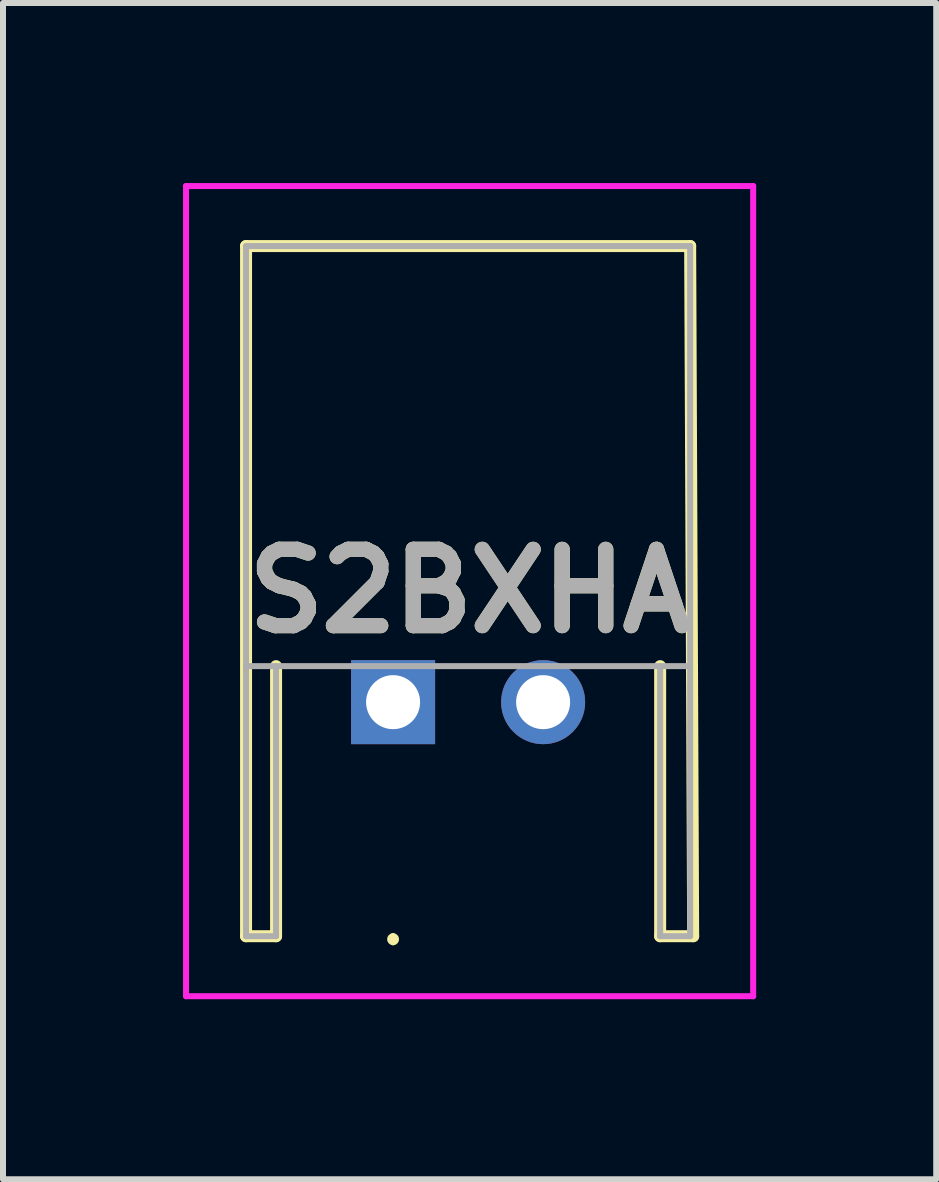
<source format=kicad_pcb>
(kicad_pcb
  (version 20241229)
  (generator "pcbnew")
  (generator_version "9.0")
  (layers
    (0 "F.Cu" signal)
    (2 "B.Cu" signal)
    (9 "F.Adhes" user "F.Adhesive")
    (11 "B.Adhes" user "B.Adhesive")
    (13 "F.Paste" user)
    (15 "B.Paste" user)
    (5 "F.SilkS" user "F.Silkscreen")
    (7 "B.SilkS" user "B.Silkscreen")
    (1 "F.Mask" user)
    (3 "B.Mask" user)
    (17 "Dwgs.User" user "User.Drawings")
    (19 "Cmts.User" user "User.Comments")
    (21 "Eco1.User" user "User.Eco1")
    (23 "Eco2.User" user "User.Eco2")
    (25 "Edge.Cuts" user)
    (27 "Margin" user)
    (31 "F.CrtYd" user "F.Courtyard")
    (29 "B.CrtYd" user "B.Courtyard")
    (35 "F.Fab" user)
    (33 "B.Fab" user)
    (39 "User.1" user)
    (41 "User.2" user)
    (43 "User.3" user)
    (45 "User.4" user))
  (footprint "S2BXHA"
    (layer "F.Cu")
    (at 3.5 8.65)
    (property "Reference" "S2BXHA" (at 1.275 -1.85 0) (layer "F.SilkS") (effects (font (size 1.27 1.27) (thickness 0.254))))
    (attr through_hole)
    (fp_line (start -2.45 -7.6) (end 4.95 -7.6) (stroke (width 0.2) (type solid)) (layer "F.SilkS"))
    (fp_line (start -2.45 3.9) (end -2.45 -7.6) (stroke (width 0.2) (type solid)) (layer "F.SilkS"))
    (fp_line (start -1.95 -0.6) (end -1.95 3.9) (stroke (width 0.2) (type solid)) (layer "F.SilkS"))
    (fp_line (start -1.95 3.9) (end -2.45 3.9) (stroke (width 0.2) (type solid)) (layer "F.SilkS"))
    (fp_line (start 0 3.9) (end 0 3.9) (stroke (width 0.1) (type solid)) (layer "F.SilkS"))
    (fp_line (start 0 4) (end 0 4) (stroke (width 0.1) (type solid)) (layer "F.SilkS"))
    (fp_line (start 4.45 3.9) (end 4.45 -0.6) (stroke (width 0.2) (type solid)) (layer "F.SilkS"))
    (fp_line (start 4.95 -7.6) (end 5 3.9) (stroke (width 0.2) (type solid)) (layer "F.SilkS"))
    (fp_line (start 5 3.9) (end 4.45 3.9) (stroke (width 0.2) (type solid)) (layer "F.SilkS"))
    (fp_arc (start 0 3.9) (mid 0.05 3.95) (end 0 4) (stroke (width 0.1) (type solid)) (layer "F.SilkS"))
    (fp_arc (start 0 4) (mid -0.05 3.95) (end 0 3.9) (stroke (width 0.1) (type solid)) (layer "F.SilkS"))
    (fp_line (start -3.45 -8.6) (end 6 -8.6) (stroke (width 0.1) (type solid)) (layer "F.CrtYd"))
    (fp_line (start -3.45 4.9) (end -3.45 -8.6) (stroke (width 0.1) (type solid)) (layer "F.CrtYd"))
    (fp_line (start 6 -8.6) (end 6 4.9) (stroke (width 0.1) (type solid)) (layer "F.CrtYd"))
    (fp_line (start 6 4.9) (end -3.45 4.9) (stroke (width 0.1) (type solid)) (layer "F.CrtYd"))
    (fp_line (start -2.45 -7.6) (end 4.95 -7.6) (stroke (width 0.1) (type solid)) (layer "F.Fab"))
    (fp_line (start -2.45 -0.6) (end -2.45 -7.6) (stroke (width 0.1) (type solid)) (layer "F.Fab"))
    (fp_line (start -2.45 -0.6) (end -2.45 3.9) (stroke (width 0.1) (type solid)) (layer "F.Fab"))
    (fp_line (start -2.45 3.9) (end -1.95 3.9) (stroke (width 0.1) (type solid)) (layer "F.Fab"))
    (fp_line (start -1.95 3.9) (end -1.95 -0.6) (stroke (width 0.1) (type solid)) (layer "F.Fab"))
    (fp_line (start 4.45 3.9) (end 4.45 -0.6) (stroke (width 0.1) (type solid)) (layer "F.Fab"))
    (fp_line (start 4.95 -7.6) (end 4.95 -0.6) (stroke (width 0.1) (type solid)) (layer "F.Fab"))
    (fp_line (start 4.95 -0.6) (end -2.45 -0.6) (stroke (width 0.1) (type solid)) (layer "F.Fab"))
    (fp_line (start 4.95 -0.6) (end 4.95 3.9) (stroke (width 0.1) (type solid)) (layer "F.Fab"))
    (fp_line (start 4.95 3.9) (end 4.45 3.9) (stroke (width 0.1) (type solid)) (layer "F.Fab"))
    (fp_text user "${REFERENCE}" (at 1.275 -1.85 0) (layer "F.Fab") (effects (font (size 1.27 1.27) (thickness 0.254))))
    (pad "1" thru_hole rect (at 0 0) (size 1.4 1.4) (drill 0.9) (layers "*.Cu" "*.Mask"))
    (pad "2" thru_hole circle (at 2.5 0) (size 1.4 1.4) (drill 0.9) (layers "*.Cu" "*.Mask")))
  (gr_rect
    (start -3 -3)
    (end 12.55 16.6)
    (stroke (width 0.1) (type default))
    (fill no)
    (layer "Edge.Cuts")))
</source>
